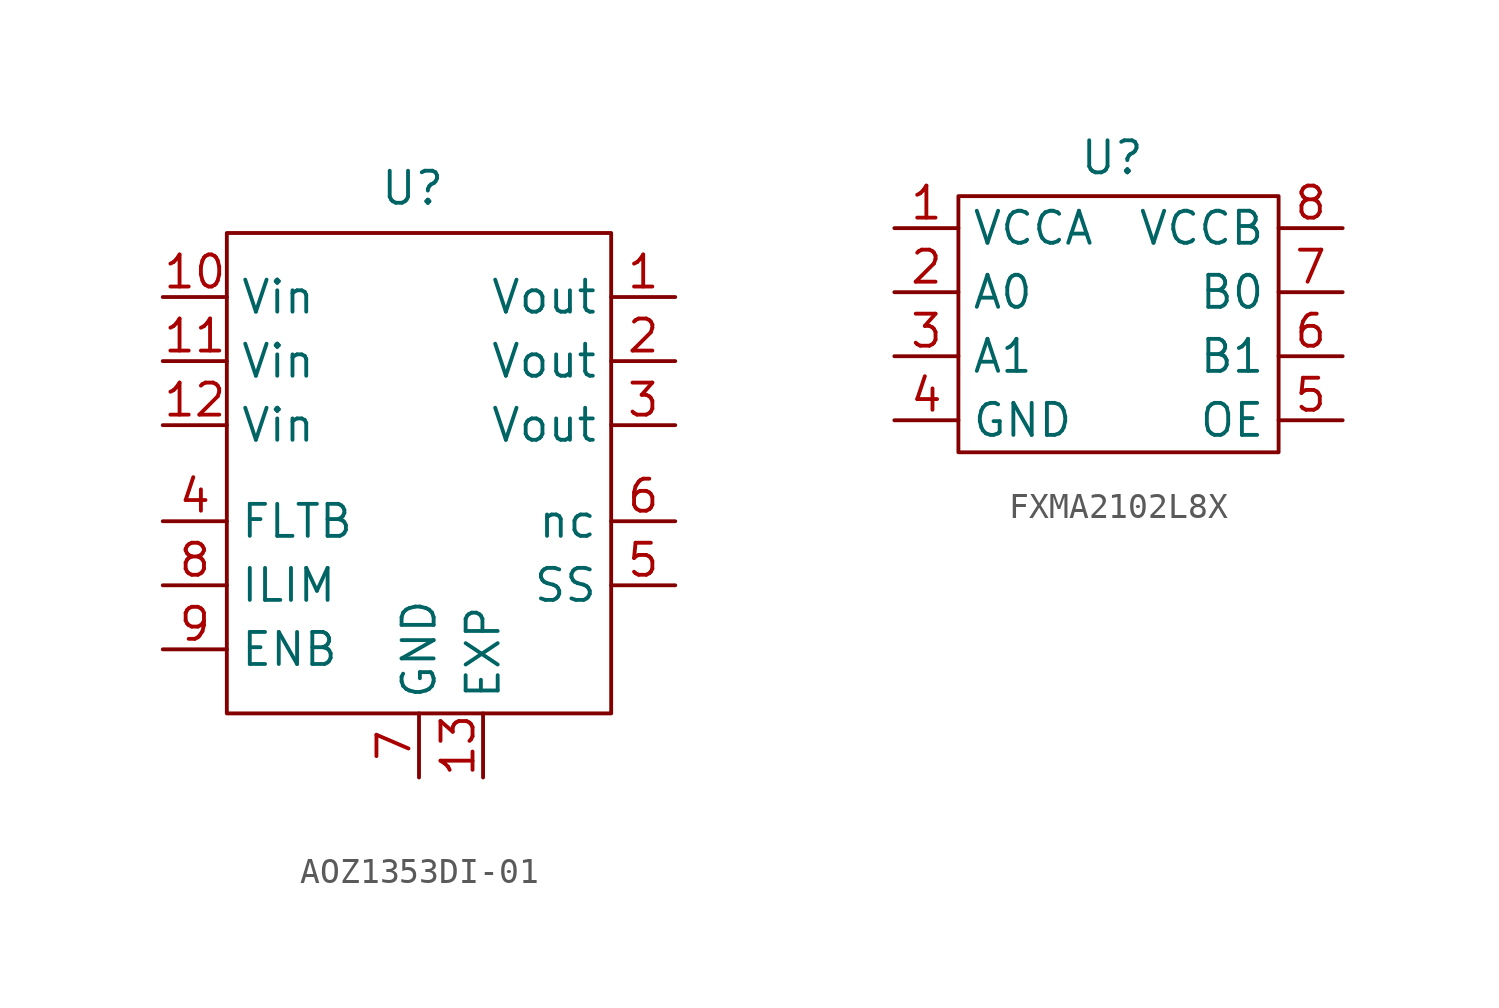
<source format=kicad_sym>
(kicad_symbol_lib
  (version 20231120)
  (generator "kicad_symbol_editor")
  (generator_version "8.0")
  (symbol "AOZ1353DI-01"
    (property "Reference" "U"
      (at -0.254 9.398 0)
      (effects (font (size 1.27 1.27))))
    (property "Value" ""
      (at 4.832 3.93 0)
      (effects (font (size 1.27 1.27))))
    (symbol "AOZ1353DI-01_0_1"
      (rectangle (start -7.62 7.62) (end 7.62 -11.43) (stroke (width 0) (type default)) (fill (type none))))
    (symbol "AOZ1353DI-01_1_1"
      (pin input line (at 10.16 5.08 180) (length 2.54) (name "Vout" (effects (font (size 1.27 1.27)))) (number "1" (effects (font (size 1.27 1.27)))))
      (pin input line (at -10.16 5.08 0) (length 2.54) (name "Vin" (effects (font (size 1.27 1.27)))) (number "10" (effects (font (size 1.27 1.27)))))
      (pin input line (at -10.16 2.54 0) (length 2.54) (name "Vin" (effects (font (size 1.27 1.27)))) (number "11" (effects (font (size 1.27 1.27)))))
      (pin input line (at -10.16 0 0) (length 2.54) (name "Vin" (effects (font (size 1.27 1.27)))) (number "12" (effects (font (size 1.27 1.27)))))
      (pin input line (at 2.54 -13.97 90) (length 2.54) (name "EXP" (effects (font (size 1.27 1.27)))) (number "13" (effects (font (size 1.27 1.27)))))
      (pin input line (at 10.16 2.54 180) (length 2.54) (name "Vout" (effects (font (size 1.27 1.27)))) (number "2" (effects (font (size 1.27 1.27)))))
      (pin input line (at 10.16 0 180) (length 2.54) (name "Vout" (effects (font (size 1.27 1.27)))) (number "3" (effects (font (size 1.27 1.27)))))
      (pin input line (at -10.16 -3.81 0) (length 2.54) (name "FLTB" (effects (font (size 1.27 1.27)))) (number "4" (effects (font (size 1.27 1.27)))))
      (pin input line (at 10.16 -6.35 180) (length 2.54) (name "SS" (effects (font (size 1.27 1.27)))) (number "5" (effects (font (size 1.27 1.27)))))
      (pin input line (at 10.16 -3.81 180) (length 2.54) (name "nc" (effects (font (size 1.27 1.27)))) (number "6" (effects (font (size 1.27 1.27)))))
      (pin input line (at 0 -13.97 90) (length 2.54) (name "GND" (effects (font (size 1.27 1.27)))) (number "7" (effects (font (size 1.27 1.27)))))
      (pin input line (at -10.16 -6.35 0) (length 2.54) (name "ILIM" (effects (font (size 1.27 1.27)))) (number "8" (effects (font (size 1.27 1.27)))))
      (pin input line (at -10.16 -8.89 0) (length 2.54) (name "ENB" (effects (font (size 1.27 1.27)))) (number "9" (effects (font (size 1.27 1.27)))))))
  (symbol "FXMA2102L8X"
    (property "Reference" "U"
      (at 1.016 9.144 0)
      (effects (font (size 1.27 1.27))))
    (property "Value" ""
      (at 0 0 0)
      (effects (font (size 1.27 1.27))))
    (symbol "FXMA2102L8X_0_1"
      (rectangle (start -5.08 7.62) (end 7.62 -2.54) (stroke (width 0) (type default)) (fill (type none))))
    (symbol "FXMA2102L8X_1_1"
      (pin input line (at -7.62 6.35 0) (length 2.54) (name "VCCA" (effects (font (size 1.27 1.27)))) (number "1" (effects (font (size 1.27 1.27)))))
      (pin input line (at -7.62 3.81 0) (length 2.54) (name "A0" (effects (font (size 1.27 1.27)))) (number "2" (effects (font (size 1.27 1.27)))))
      (pin input line (at -7.62 1.27 0) (length 2.54) (name "A1" (effects (font (size 1.27 1.27)))) (number "3" (effects (font (size 1.27 1.27)))))
      (pin input line (at -7.62 -1.27 0) (length 2.54) (name "GND" (effects (font (size 1.27 1.27)))) (number "4" (effects (font (size 1.27 1.27)))))
      (pin input line (at 10.16 -1.27 180) (length 2.54) (name "OE" (effects (font (size 1.27 1.27)))) (number "5" (effects (font (size 1.27 1.27)))))
      (pin input line (at 10.16 1.27 180) (length 2.54) (name "B1" (effects (font (size 1.27 1.27)))) (number "6" (effects (font (size 1.27 1.27)))))
      (pin input line (at 10.16 3.81 180) (length 2.54) (name "B0" (effects (font (size 1.27 1.27)))) (number "7" (effects (font (size 1.27 1.27)))))
      (pin input line (at 10.16 6.35 180) (length 2.54) (name "VCCB" (effects (font (size 1.27 1.27)))) (number "8" (effects (font (size 1.27 1.27))))))))
</source>
